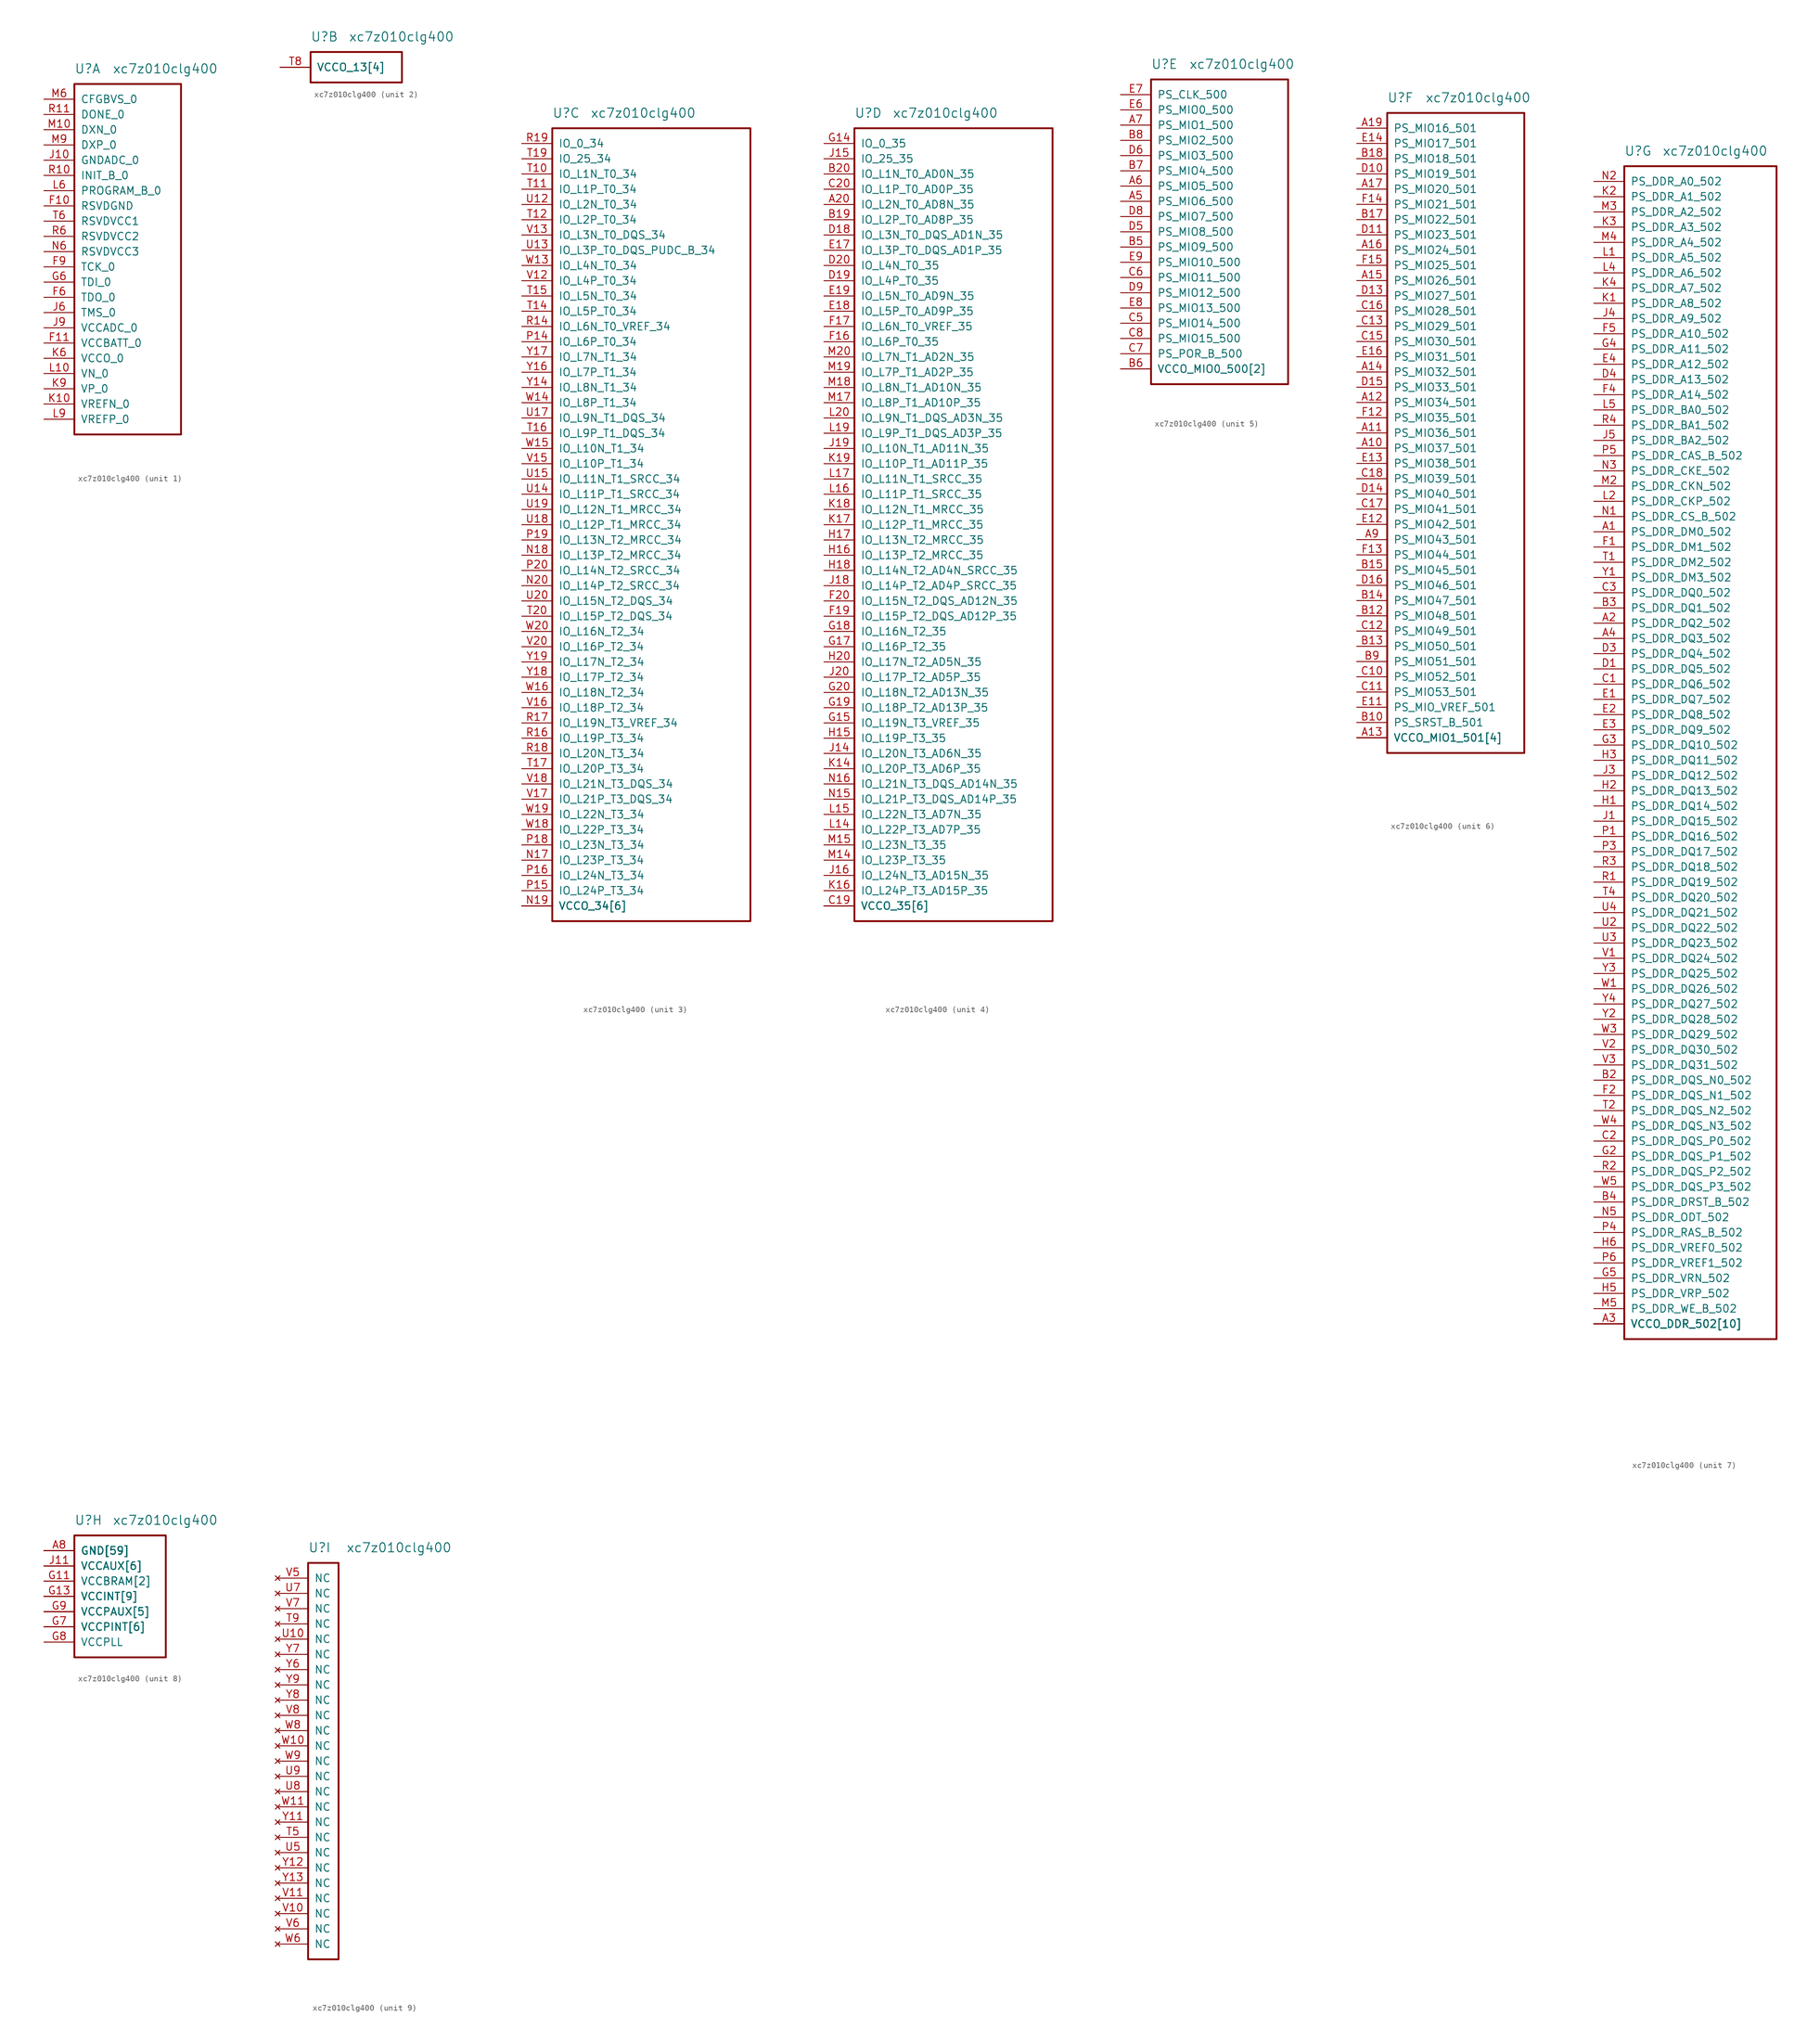
<source format=kicad_sym>
(kicad_symbol_lib
  (version 20211014)
  (generator kicad_symbol_editor)
  (symbol "xc7z010clg400"
    (pin_names
      (offset 1.016))
    (property "Reference" "U"
      (at 5.08 5.08 0)
      (effects (font (size 1.524 1.524)) (justify left)))
    (property "Value" "xc7z010clg400"
      (at 11.43 5.08 0)
      (effects (font (size 1.524 1.524)) (justify left)))
    (property "ki_locked" ""
      (at 0 0 0)
      (effects (font (size 1.27 1.27))))
    (symbol "xc7z010clg400_1_1"
      (rectangle (start 5.08 2.54) (end 22.86 -55.88) (stroke (width 0.305) (type default) (color 0 0 0 0)) (fill (type none)))
      (pin power_in line (at 0 -17.78 0) (length 5.08) (name "RSVDGND" (effects (font (size 1.27 1.27)))) (number "F10" (effects (font (size 1.27 1.27)))))
      (pin power_in line (at 0 -40.64 0) (length 5.08) (name "VCCBATT_0" (effects (font (size 1.27 1.27)))) (number "F11" (effects (font (size 1.27 1.27)))))
      (pin output line (at 0 -33.02 0) (length 5.08) (name "TDO_0" (effects (font (size 1.27 1.27)))) (number "F6" (effects (font (size 1.27 1.27)))))
      (pin input line (at 0 -27.94 0) (length 5.08) (name "TCK_0" (effects (font (size 1.27 1.27)))) (number "F9" (effects (font (size 1.27 1.27)))))
      (pin input line (at 0 -30.48 0) (length 5.08) (name "TDI_0" (effects (font (size 1.27 1.27)))) (number "G6" (effects (font (size 1.27 1.27)))))
      (pin power_in line (at 0 -10.16 0) (length 5.08) (name "GNDADC_0" (effects (font (size 1.27 1.27)))) (number "J10" (effects (font (size 1.27 1.27)))))
      (pin input line (at 0 -35.56 0) (length 5.08) (name "TMS_0" (effects (font (size 1.27 1.27)))) (number "J6" (effects (font (size 1.27 1.27)))))
      (pin power_in line (at 0 -38.1 0) (length 5.08) (name "VCCADC_0" (effects (font (size 1.27 1.27)))) (number "J9" (effects (font (size 1.27 1.27)))))
      (pin input line (at 0 -50.8 0) (length 5.08) (name "VREFN_0" (effects (font (size 1.27 1.27)))) (number "K10" (effects (font (size 1.27 1.27)))))
      (pin power_in line (at 0 -43.18 0) (length 5.08) (name "VCCO_0" (effects (font (size 1.27 1.27)))) (number "K6" (effects (font (size 1.27 1.27)))))
      (pin input line (at 0 -48.26 0) (length 5.08) (name "VP_0" (effects (font (size 1.27 1.27)))) (number "K9" (effects (font (size 1.27 1.27)))))
      (pin input line (at 0 -45.72 0) (length 5.08) (name "VN_0" (effects (font (size 1.27 1.27)))) (number "L10" (effects (font (size 1.27 1.27)))))
      (pin input line (at 0 -15.24 0) (length 5.08) (name "PROGRAM_B_0" (effects (font (size 1.27 1.27)))) (number "L6" (effects (font (size 1.27 1.27)))))
      (pin input line (at 0 -53.34 0) (length 5.08) (name "VREFP_0" (effects (font (size 1.27 1.27)))) (number "L9" (effects (font (size 1.27 1.27)))))
      (pin passive line (at 0 -5.08 0) (length 5.08) (name "DXN_0" (effects (font (size 1.27 1.27)))) (number "M10" (effects (font (size 1.27 1.27)))))
      (pin input line (at 0 0 0) (length 5.08) (name "CFGBVS_0" (effects (font (size 1.27 1.27)))) (number "M6" (effects (font (size 1.27 1.27)))))
      (pin passive line (at 0 -7.62 0) (length 5.08) (name "DXP_0" (effects (font (size 1.27 1.27)))) (number "M9" (effects (font (size 1.27 1.27)))))
      (pin power_in line (at 0 -25.4 0) (length 5.08) (name "RSVDVCC3" (effects (font (size 1.27 1.27)))) (number "N6" (effects (font (size 1.27 1.27)))))
      (pin input line (at 0 -12.7 0) (length 5.08) (name "INIT_B_0" (effects (font (size 1.27 1.27)))) (number "R10" (effects (font (size 1.27 1.27)))))
      (pin output line (at 0 -2.54 0) (length 5.08) (name "DONE_0" (effects (font (size 1.27 1.27)))) (number "R11" (effects (font (size 1.27 1.27)))))
      (pin power_in line (at 0 -22.86 0) (length 5.08) (name "RSVDVCC2" (effects (font (size 1.27 1.27)))) (number "R6" (effects (font (size 1.27 1.27)))))
      (pin power_in line (at 0 -20.32 0) (length 5.08) (name "RSVDVCC1" (effects (font (size 1.27 1.27)))) (number "T6" (effects (font (size 1.27 1.27))))))
    (symbol "xc7z010clg400_2_1"
      (rectangle (start 5.08 2.54) (end 20.32 -2.54) (stroke (width 0.305) (type default) (color 0 0 0 0)) (fill (type none)))
      (pin power_in line (at 0 0 0) (length 5.08) (name "VCCO_13[4]" (effects (font (size 1.27 1.27)))) (number "T8" (effects (font (size 1.27 1.27)))))
      (pin power_in line (at 0 0 0) (length 5.08) (name "VCCO_13[4]" (effects (font (size 1.27 1.27)))) (number "U11" (effects (font (size 0 0)))))
      (pin power_in line (at 0 0 0) (length 5.08) (name "VCCO_13[4]" (effects (font (size 1.27 1.27)))) (number "W7" (effects (font (size 0 0)))))
      (pin power_in line (at 0 0 0) (length 5.08) (name "VCCO_13[4]" (effects (font (size 1.27 1.27)))) (number "Y10" (effects (font (size 0 0))))))
    (symbol "xc7z010clg400_3_1"
      (rectangle (start 5.08 2.54) (end 38.1 -129.54) (stroke (width 0.305) (type default) (color 0 0 0 0)) (fill (type none)))
      (pin bidirectional line (at 0 -119.38 0) (length 5.08) (name "IO_L23P_T3_34" (effects (font (size 1.27 1.27)))) (number "N17" (effects (font (size 1.27 1.27)))))
      (pin bidirectional line (at 0 -68.58 0) (length 5.08) (name "IO_L13P_T2_MRCC_34" (effects (font (size 1.27 1.27)))) (number "N18" (effects (font (size 1.27 1.27)))))
      (pin power_in line (at 0 -127 0) (length 5.08) (name "VCCO_34[6]" (effects (font (size 1.27 1.27)))) (number "N19" (effects (font (size 1.27 1.27)))))
      (pin bidirectional line (at 0 -73.66 0) (length 5.08) (name "IO_L14P_T2_SRCC_34" (effects (font (size 1.27 1.27)))) (number "N20" (effects (font (size 1.27 1.27)))))
      (pin bidirectional line (at 0 -33.02 0) (length 5.08) (name "IO_L6P_T0_34" (effects (font (size 1.27 1.27)))) (number "P14" (effects (font (size 1.27 1.27)))))
      (pin bidirectional line (at 0 -124.46 0) (length 5.08) (name "IO_L24P_T3_34" (effects (font (size 1.27 1.27)))) (number "P15" (effects (font (size 1.27 1.27)))))
      (pin bidirectional line (at 0 -121.92 0) (length 5.08) (name "IO_L24N_T3_34" (effects (font (size 1.27 1.27)))) (number "P16" (effects (font (size 1.27 1.27)))))
      (pin bidirectional line (at 0 -116.84 0) (length 5.08) (name "IO_L23N_T3_34" (effects (font (size 1.27 1.27)))) (number "P18" (effects (font (size 1.27 1.27)))))
      (pin bidirectional line (at 0 -66.04 0) (length 5.08) (name "IO_L13N_T2_MRCC_34" (effects (font (size 1.27 1.27)))) (number "P19" (effects (font (size 1.27 1.27)))))
      (pin bidirectional line (at 0 -71.12 0) (length 5.08) (name "IO_L14N_T2_SRCC_34" (effects (font (size 1.27 1.27)))) (number "P20" (effects (font (size 1.27 1.27)))))
      (pin bidirectional line (at 0 -30.48 0) (length 5.08) (name "IO_L6N_T0_VREF_34" (effects (font (size 1.27 1.27)))) (number "R14" (effects (font (size 1.27 1.27)))))
      (pin power_in line (at 0 -127 0) (length 5.08) (name "VCCO_34[6]" (effects (font (size 1.27 1.27)))) (number "R15" (effects (font (size 0 0)))))
      (pin bidirectional line (at 0 -99.06 0) (length 5.08) (name "IO_L19P_T3_34" (effects (font (size 1.27 1.27)))) (number "R16" (effects (font (size 1.27 1.27)))))
      (pin bidirectional line (at 0 -96.52 0) (length 5.08) (name "IO_L19N_T3_VREF_34" (effects (font (size 1.27 1.27)))) (number "R17" (effects (font (size 1.27 1.27)))))
      (pin bidirectional line (at 0 -101.6 0) (length 5.08) (name "IO_L20N_T3_34" (effects (font (size 1.27 1.27)))) (number "R18" (effects (font (size 1.27 1.27)))))
      (pin bidirectional line (at 0 0 0) (length 5.08) (name "IO_0_34" (effects (font (size 1.27 1.27)))) (number "R19" (effects (font (size 1.27 1.27)))))
      (pin bidirectional line (at 0 -5.08 0) (length 5.08) (name "IO_L1N_T0_34" (effects (font (size 1.27 1.27)))) (number "T10" (effects (font (size 1.27 1.27)))))
      (pin bidirectional line (at 0 -7.62 0) (length 5.08) (name "IO_L1P_T0_34" (effects (font (size 1.27 1.27)))) (number "T11" (effects (font (size 1.27 1.27)))))
      (pin bidirectional line (at 0 -12.7 0) (length 5.08) (name "IO_L2P_T0_34" (effects (font (size 1.27 1.27)))) (number "T12" (effects (font (size 1.27 1.27)))))
      (pin bidirectional line (at 0 -27.94 0) (length 5.08) (name "IO_L5P_T0_34" (effects (font (size 1.27 1.27)))) (number "T14" (effects (font (size 1.27 1.27)))))
      (pin bidirectional line (at 0 -25.4 0) (length 5.08) (name "IO_L5N_T0_34" (effects (font (size 1.27 1.27)))) (number "T15" (effects (font (size 1.27 1.27)))))
      (pin bidirectional line (at 0 -48.26 0) (length 5.08) (name "IO_L9P_T1_DQS_34" (effects (font (size 1.27 1.27)))) (number "T16" (effects (font (size 1.27 1.27)))))
      (pin bidirectional line (at 0 -104.14 0) (length 5.08) (name "IO_L20P_T3_34" (effects (font (size 1.27 1.27)))) (number "T17" (effects (font (size 1.27 1.27)))))
      (pin power_in line (at 0 -127 0) (length 5.08) (name "VCCO_34[6]" (effects (font (size 1.27 1.27)))) (number "T18" (effects (font (size 0 0)))))
      (pin bidirectional line (at 0 -2.54 0) (length 5.08) (name "IO_25_34" (effects (font (size 1.27 1.27)))) (number "T19" (effects (font (size 1.27 1.27)))))
      (pin bidirectional line (at 0 -78.74 0) (length 5.08) (name "IO_L15P_T2_DQS_34" (effects (font (size 1.27 1.27)))) (number "T20" (effects (font (size 1.27 1.27)))))
      (pin bidirectional line (at 0 -10.16 0) (length 5.08) (name "IO_L2N_T0_34" (effects (font (size 1.27 1.27)))) (number "U12" (effects (font (size 1.27 1.27)))))
      (pin bidirectional line (at 0 -17.78 0) (length 5.08) (name "IO_L3P_T0_DQS_PUDC_B_34" (effects (font (size 1.27 1.27)))) (number "U13" (effects (font (size 1.27 1.27)))))
      (pin bidirectional line (at 0 -58.42 0) (length 5.08) (name "IO_L11P_T1_SRCC_34" (effects (font (size 1.27 1.27)))) (number "U14" (effects (font (size 1.27 1.27)))))
      (pin bidirectional line (at 0 -55.88 0) (length 5.08) (name "IO_L11N_T1_SRCC_34" (effects (font (size 1.27 1.27)))) (number "U15" (effects (font (size 1.27 1.27)))))
      (pin bidirectional line (at 0 -45.72 0) (length 5.08) (name "IO_L9N_T1_DQS_34" (effects (font (size 1.27 1.27)))) (number "U17" (effects (font (size 1.27 1.27)))))
      (pin bidirectional line (at 0 -63.5 0) (length 5.08) (name "IO_L12P_T1_MRCC_34" (effects (font (size 1.27 1.27)))) (number "U18" (effects (font (size 1.27 1.27)))))
      (pin bidirectional line (at 0 -60.96 0) (length 5.08) (name "IO_L12N_T1_MRCC_34" (effects (font (size 1.27 1.27)))) (number "U19" (effects (font (size 1.27 1.27)))))
      (pin bidirectional line (at 0 -76.2 0) (length 5.08) (name "IO_L15N_T2_DQS_34" (effects (font (size 1.27 1.27)))) (number "U20" (effects (font (size 1.27 1.27)))))
      (pin bidirectional line (at 0 -22.86 0) (length 5.08) (name "IO_L4P_T0_34" (effects (font (size 1.27 1.27)))) (number "V12" (effects (font (size 1.27 1.27)))))
      (pin bidirectional line (at 0 -15.24 0) (length 5.08) (name "IO_L3N_T0_DQS_34" (effects (font (size 1.27 1.27)))) (number "V13" (effects (font (size 1.27 1.27)))))
      (pin power_in line (at 0 -127 0) (length 5.08) (name "VCCO_34[6]" (effects (font (size 1.27 1.27)))) (number "V14" (effects (font (size 0 0)))))
      (pin bidirectional line (at 0 -53.34 0) (length 5.08) (name "IO_L10P_T1_34" (effects (font (size 1.27 1.27)))) (number "V15" (effects (font (size 1.27 1.27)))))
      (pin bidirectional line (at 0 -93.98 0) (length 5.08) (name "IO_L18P_T2_34" (effects (font (size 1.27 1.27)))) (number "V16" (effects (font (size 1.27 1.27)))))
      (pin bidirectional line (at 0 -109.22 0) (length 5.08) (name "IO_L21P_T3_DQS_34" (effects (font (size 1.27 1.27)))) (number "V17" (effects (font (size 1.27 1.27)))))
      (pin bidirectional line (at 0 -106.68 0) (length 5.08) (name "IO_L21N_T3_DQS_34" (effects (font (size 1.27 1.27)))) (number "V18" (effects (font (size 1.27 1.27)))))
      (pin bidirectional line (at 0 -83.82 0) (length 5.08) (name "IO_L16P_T2_34" (effects (font (size 1.27 1.27)))) (number "V20" (effects (font (size 1.27 1.27)))))
      (pin bidirectional line (at 0 -20.32 0) (length 5.08) (name "IO_L4N_T0_34" (effects (font (size 1.27 1.27)))) (number "W13" (effects (font (size 1.27 1.27)))))
      (pin bidirectional line (at 0 -43.18 0) (length 5.08) (name "IO_L8P_T1_34" (effects (font (size 1.27 1.27)))) (number "W14" (effects (font (size 1.27 1.27)))))
      (pin bidirectional line (at 0 -50.8 0) (length 5.08) (name "IO_L10N_T1_34" (effects (font (size 1.27 1.27)))) (number "W15" (effects (font (size 1.27 1.27)))))
      (pin bidirectional line (at 0 -91.44 0) (length 5.08) (name "IO_L18N_T2_34" (effects (font (size 1.27 1.27)))) (number "W16" (effects (font (size 1.27 1.27)))))
      (pin power_in line (at 0 -127 0) (length 5.08) (name "VCCO_34[6]" (effects (font (size 1.27 1.27)))) (number "W17" (effects (font (size 0 0)))))
      (pin bidirectional line (at 0 -114.3 0) (length 5.08) (name "IO_L22P_T3_34" (effects (font (size 1.27 1.27)))) (number "W18" (effects (font (size 1.27 1.27)))))
      (pin bidirectional line (at 0 -111.76 0) (length 5.08) (name "IO_L22N_T3_34" (effects (font (size 1.27 1.27)))) (number "W19" (effects (font (size 1.27 1.27)))))
      (pin bidirectional line (at 0 -81.28 0) (length 5.08) (name "IO_L16N_T2_34" (effects (font (size 1.27 1.27)))) (number "W20" (effects (font (size 1.27 1.27)))))
      (pin bidirectional line (at 0 -40.64 0) (length 5.08) (name "IO_L8N_T1_34" (effects (font (size 1.27 1.27)))) (number "Y14" (effects (font (size 1.27 1.27)))))
      (pin bidirectional line (at 0 -38.1 0) (length 5.08) (name "IO_L7P_T1_34" (effects (font (size 1.27 1.27)))) (number "Y16" (effects (font (size 1.27 1.27)))))
      (pin bidirectional line (at 0 -35.56 0) (length 5.08) (name "IO_L7N_T1_34" (effects (font (size 1.27 1.27)))) (number "Y17" (effects (font (size 1.27 1.27)))))
      (pin bidirectional line (at 0 -88.9 0) (length 5.08) (name "IO_L17P_T2_34" (effects (font (size 1.27 1.27)))) (number "Y18" (effects (font (size 1.27 1.27)))))
      (pin bidirectional line (at 0 -86.36 0) (length 5.08) (name "IO_L17N_T2_34" (effects (font (size 1.27 1.27)))) (number "Y19" (effects (font (size 1.27 1.27)))))
      (pin power_in line (at 0 -127 0) (length 5.08) (name "VCCO_34[6]" (effects (font (size 1.27 1.27)))) (number "Y20" (effects (font (size 0 0))))))
    (symbol "xc7z010clg400_4_1"
      (rectangle (start 5.08 2.54) (end 38.1 -129.54) (stroke (width 0.305) (type default) (color 0 0 0 0)) (fill (type none)))
      (pin bidirectional line (at 0 -10.16 0) (length 5.08) (name "IO_L2N_T0_AD8N_35" (effects (font (size 1.27 1.27)))) (number "A20" (effects (font (size 1.27 1.27)))))
      (pin bidirectional line (at 0 -12.7 0) (length 5.08) (name "IO_L2P_T0_AD8P_35" (effects (font (size 1.27 1.27)))) (number "B19" (effects (font (size 1.27 1.27)))))
      (pin bidirectional line (at 0 -5.08 0) (length 5.08) (name "IO_L1N_T0_AD0N_35" (effects (font (size 1.27 1.27)))) (number "B20" (effects (font (size 1.27 1.27)))))
      (pin power_in line (at 0 -127 0) (length 5.08) (name "VCCO_35[6]" (effects (font (size 1.27 1.27)))) (number "C19" (effects (font (size 1.27 1.27)))))
      (pin bidirectional line (at 0 -7.62 0) (length 5.08) (name "IO_L1P_T0_AD0P_35" (effects (font (size 1.27 1.27)))) (number "C20" (effects (font (size 1.27 1.27)))))
      (pin bidirectional line (at 0 -15.24 0) (length 5.08) (name "IO_L3N_T0_DQS_AD1N_35" (effects (font (size 1.27 1.27)))) (number "D18" (effects (font (size 1.27 1.27)))))
      (pin bidirectional line (at 0 -22.86 0) (length 5.08) (name "IO_L4P_T0_35" (effects (font (size 1.27 1.27)))) (number "D19" (effects (font (size 1.27 1.27)))))
      (pin bidirectional line (at 0 -20.32 0) (length 5.08) (name "IO_L4N_T0_35" (effects (font (size 1.27 1.27)))) (number "D20" (effects (font (size 1.27 1.27)))))
      (pin bidirectional line (at 0 -17.78 0) (length 5.08) (name "IO_L3P_T0_DQS_AD1P_35" (effects (font (size 1.27 1.27)))) (number "E17" (effects (font (size 1.27 1.27)))))
      (pin bidirectional line (at 0 -27.94 0) (length 5.08) (name "IO_L5P_T0_AD9P_35" (effects (font (size 1.27 1.27)))) (number "E18" (effects (font (size 1.27 1.27)))))
      (pin bidirectional line (at 0 -25.4 0) (length 5.08) (name "IO_L5N_T0_AD9N_35" (effects (font (size 1.27 1.27)))) (number "E19" (effects (font (size 1.27 1.27)))))
      (pin bidirectional line (at 0 -33.02 0) (length 5.08) (name "IO_L6P_T0_35" (effects (font (size 1.27 1.27)))) (number "F16" (effects (font (size 1.27 1.27)))))
      (pin bidirectional line (at 0 -30.48 0) (length 5.08) (name "IO_L6N_T0_VREF_35" (effects (font (size 1.27 1.27)))) (number "F17" (effects (font (size 1.27 1.27)))))
      (pin power_in line (at 0 -127 0) (length 5.08) (name "VCCO_35[6]" (effects (font (size 1.27 1.27)))) (number "F18" (effects (font (size 0 0)))))
      (pin bidirectional line (at 0 -78.74 0) (length 5.08) (name "IO_L15P_T2_DQS_AD12P_35" (effects (font (size 1.27 1.27)))) (number "F19" (effects (font (size 1.27 1.27)))))
      (pin bidirectional line (at 0 -76.2 0) (length 5.08) (name "IO_L15N_T2_DQS_AD12N_35" (effects (font (size 1.27 1.27)))) (number "F20" (effects (font (size 1.27 1.27)))))
      (pin bidirectional line (at 0 0 0) (length 5.08) (name "IO_0_35" (effects (font (size 1.27 1.27)))) (number "G14" (effects (font (size 1.27 1.27)))))
      (pin bidirectional line (at 0 -96.52 0) (length 5.08) (name "IO_L19N_T3_VREF_35" (effects (font (size 1.27 1.27)))) (number "G15" (effects (font (size 1.27 1.27)))))
      (pin bidirectional line (at 0 -83.82 0) (length 5.08) (name "IO_L16P_T2_35" (effects (font (size 1.27 1.27)))) (number "G17" (effects (font (size 1.27 1.27)))))
      (pin bidirectional line (at 0 -81.28 0) (length 5.08) (name "IO_L16N_T2_35" (effects (font (size 1.27 1.27)))) (number "G18" (effects (font (size 1.27 1.27)))))
      (pin bidirectional line (at 0 -93.98 0) (length 5.08) (name "IO_L18P_T2_AD13P_35" (effects (font (size 1.27 1.27)))) (number "G19" (effects (font (size 1.27 1.27)))))
      (pin bidirectional line (at 0 -91.44 0) (length 5.08) (name "IO_L18N_T2_AD13N_35" (effects (font (size 1.27 1.27)))) (number "G20" (effects (font (size 1.27 1.27)))))
      (pin power_in line (at 0 -127 0) (length 5.08) (name "VCCO_35[6]" (effects (font (size 1.27 1.27)))) (number "H14" (effects (font (size 0 0)))))
      (pin bidirectional line (at 0 -99.06 0) (length 5.08) (name "IO_L19P_T3_35" (effects (font (size 1.27 1.27)))) (number "H15" (effects (font (size 1.27 1.27)))))
      (pin bidirectional line (at 0 -68.58 0) (length 5.08) (name "IO_L13P_T2_MRCC_35" (effects (font (size 1.27 1.27)))) (number "H16" (effects (font (size 1.27 1.27)))))
      (pin bidirectional line (at 0 -66.04 0) (length 5.08) (name "IO_L13N_T2_MRCC_35" (effects (font (size 1.27 1.27)))) (number "H17" (effects (font (size 1.27 1.27)))))
      (pin bidirectional line (at 0 -71.12 0) (length 5.08) (name "IO_L14N_T2_AD4N_SRCC_35" (effects (font (size 1.27 1.27)))) (number "H18" (effects (font (size 1.27 1.27)))))
      (pin bidirectional line (at 0 -86.36 0) (length 5.08) (name "IO_L17N_T2_AD5N_35" (effects (font (size 1.27 1.27)))) (number "H20" (effects (font (size 1.27 1.27)))))
      (pin bidirectional line (at 0 -101.6 0) (length 5.08) (name "IO_L20N_T3_AD6N_35" (effects (font (size 1.27 1.27)))) (number "J14" (effects (font (size 1.27 1.27)))))
      (pin bidirectional line (at 0 -2.54 0) (length 5.08) (name "IO_25_35" (effects (font (size 1.27 1.27)))) (number "J15" (effects (font (size 1.27 1.27)))))
      (pin bidirectional line (at 0 -121.92 0) (length 5.08) (name "IO_L24N_T3_AD15N_35" (effects (font (size 1.27 1.27)))) (number "J16" (effects (font (size 1.27 1.27)))))
      (pin power_in line (at 0 -127 0) (length 5.08) (name "VCCO_35[6]" (effects (font (size 1.27 1.27)))) (number "J17" (effects (font (size 0 0)))))
      (pin bidirectional line (at 0 -73.66 0) (length 5.08) (name "IO_L14P_T2_AD4P_SRCC_35" (effects (font (size 1.27 1.27)))) (number "J18" (effects (font (size 1.27 1.27)))))
      (pin bidirectional line (at 0 -50.8 0) (length 5.08) (name "IO_L10N_T1_AD11N_35" (effects (font (size 1.27 1.27)))) (number "J19" (effects (font (size 1.27 1.27)))))
      (pin bidirectional line (at 0 -88.9 0) (length 5.08) (name "IO_L17P_T2_AD5P_35" (effects (font (size 1.27 1.27)))) (number "J20" (effects (font (size 1.27 1.27)))))
      (pin bidirectional line (at 0 -104.14 0) (length 5.08) (name "IO_L20P_T3_AD6P_35" (effects (font (size 1.27 1.27)))) (number "K14" (effects (font (size 1.27 1.27)))))
      (pin bidirectional line (at 0 -124.46 0) (length 5.08) (name "IO_L24P_T3_AD15P_35" (effects (font (size 1.27 1.27)))) (number "K16" (effects (font (size 1.27 1.27)))))
      (pin bidirectional line (at 0 -63.5 0) (length 5.08) (name "IO_L12P_T1_MRCC_35" (effects (font (size 1.27 1.27)))) (number "K17" (effects (font (size 1.27 1.27)))))
      (pin bidirectional line (at 0 -60.96 0) (length 5.08) (name "IO_L12N_T1_MRCC_35" (effects (font (size 1.27 1.27)))) (number "K18" (effects (font (size 1.27 1.27)))))
      (pin bidirectional line (at 0 -53.34 0) (length 5.08) (name "IO_L10P_T1_AD11P_35" (effects (font (size 1.27 1.27)))) (number "K19" (effects (font (size 1.27 1.27)))))
      (pin power_in line (at 0 -127 0) (length 5.08) (name "VCCO_35[6]" (effects (font (size 1.27 1.27)))) (number "K20" (effects (font (size 0 0)))))
      (pin bidirectional line (at 0 -114.3 0) (length 5.08) (name "IO_L22P_T3_AD7P_35" (effects (font (size 1.27 1.27)))) (number "L14" (effects (font (size 1.27 1.27)))))
      (pin bidirectional line (at 0 -111.76 0) (length 5.08) (name "IO_L22N_T3_AD7N_35" (effects (font (size 1.27 1.27)))) (number "L15" (effects (font (size 1.27 1.27)))))
      (pin bidirectional line (at 0 -58.42 0) (length 5.08) (name "IO_L11P_T1_SRCC_35" (effects (font (size 1.27 1.27)))) (number "L16" (effects (font (size 1.27 1.27)))))
      (pin bidirectional line (at 0 -55.88 0) (length 5.08) (name "IO_L11N_T1_SRCC_35" (effects (font (size 1.27 1.27)))) (number "L17" (effects (font (size 1.27 1.27)))))
      (pin bidirectional line (at 0 -48.26 0) (length 5.08) (name "IO_L9P_T1_DQS_AD3P_35" (effects (font (size 1.27 1.27)))) (number "L19" (effects (font (size 1.27 1.27)))))
      (pin bidirectional line (at 0 -45.72 0) (length 5.08) (name "IO_L9N_T1_DQS_AD3N_35" (effects (font (size 1.27 1.27)))) (number "L20" (effects (font (size 1.27 1.27)))))
      (pin bidirectional line (at 0 -119.38 0) (length 5.08) (name "IO_L23P_T3_35" (effects (font (size 1.27 1.27)))) (number "M14" (effects (font (size 1.27 1.27)))))
      (pin bidirectional line (at 0 -116.84 0) (length 5.08) (name "IO_L23N_T3_35" (effects (font (size 1.27 1.27)))) (number "M15" (effects (font (size 1.27 1.27)))))
      (pin power_in line (at 0 -127 0) (length 5.08) (name "VCCO_35[6]" (effects (font (size 1.27 1.27)))) (number "M16" (effects (font (size 0 0)))))
      (pin bidirectional line (at 0 -43.18 0) (length 5.08) (name "IO_L8P_T1_AD10P_35" (effects (font (size 1.27 1.27)))) (number "M17" (effects (font (size 1.27 1.27)))))
      (pin bidirectional line (at 0 -40.64 0) (length 5.08) (name "IO_L8N_T1_AD10N_35" (effects (font (size 1.27 1.27)))) (number "M18" (effects (font (size 1.27 1.27)))))
      (pin bidirectional line (at 0 -38.1 0) (length 5.08) (name "IO_L7P_T1_AD2P_35" (effects (font (size 1.27 1.27)))) (number "M19" (effects (font (size 1.27 1.27)))))
      (pin bidirectional line (at 0 -35.56 0) (length 5.08) (name "IO_L7N_T1_AD2N_35" (effects (font (size 1.27 1.27)))) (number "M20" (effects (font (size 1.27 1.27)))))
      (pin bidirectional line (at 0 -109.22 0) (length 5.08) (name "IO_L21P_T3_DQS_AD14P_35" (effects (font (size 1.27 1.27)))) (number "N15" (effects (font (size 1.27 1.27)))))
      (pin bidirectional line (at 0 -106.68 0) (length 5.08) (name "IO_L21N_T3_DQS_AD14N_35" (effects (font (size 1.27 1.27)))) (number "N16" (effects (font (size 1.27 1.27))))))
    (symbol "xc7z010clg400_5_1"
      (rectangle (start 5.08 2.54) (end 27.94 -48.26) (stroke (width 0.305) (type default) (color 0 0 0 0)) (fill (type none)))
      (pin bidirectional line (at 0 -17.78 0) (length 5.08) (name "PS_MIO6_500" (effects (font (size 1.27 1.27)))) (number "A5" (effects (font (size 1.27 1.27)))))
      (pin bidirectional line (at 0 -15.24 0) (length 5.08) (name "PS_MIO5_500" (effects (font (size 1.27 1.27)))) (number "A6" (effects (font (size 1.27 1.27)))))
      (pin bidirectional line (at 0 -5.08 0) (length 5.08) (name "PS_MIO1_500" (effects (font (size 1.27 1.27)))) (number "A7" (effects (font (size 1.27 1.27)))))
      (pin bidirectional line (at 0 -25.4 0) (length 5.08) (name "PS_MIO9_500" (effects (font (size 1.27 1.27)))) (number "B5" (effects (font (size 1.27 1.27)))))
      (pin power_in line (at 0 -45.72 0) (length 5.08) (name "VCCO_MIO0_500[2]" (effects (font (size 1.27 1.27)))) (number "B6" (effects (font (size 1.27 1.27)))))
      (pin bidirectional line (at 0 -12.7 0) (length 5.08) (name "PS_MIO4_500" (effects (font (size 1.27 1.27)))) (number "B7" (effects (font (size 1.27 1.27)))))
      (pin bidirectional line (at 0 -7.62 0) (length 5.08) (name "PS_MIO2_500" (effects (font (size 1.27 1.27)))) (number "B8" (effects (font (size 1.27 1.27)))))
      (pin bidirectional line (at 0 -38.1 0) (length 5.08) (name "PS_MIO14_500" (effects (font (size 1.27 1.27)))) (number "C5" (effects (font (size 1.27 1.27)))))
      (pin bidirectional line (at 0 -30.48 0) (length 5.08) (name "PS_MIO11_500" (effects (font (size 1.27 1.27)))) (number "C6" (effects (font (size 1.27 1.27)))))
      (pin input line (at 0 -43.18 0) (length 5.08) (name "PS_POR_B_500" (effects (font (size 1.27 1.27)))) (number "C7" (effects (font (size 1.27 1.27)))))
      (pin bidirectional line (at 0 -40.64 0) (length 5.08) (name "PS_MIO15_500" (effects (font (size 1.27 1.27)))) (number "C8" (effects (font (size 1.27 1.27)))))
      (pin bidirectional line (at 0 -22.86 0) (length 5.08) (name "PS_MIO8_500" (effects (font (size 1.27 1.27)))) (number "D5" (effects (font (size 1.27 1.27)))))
      (pin bidirectional line (at 0 -10.16 0) (length 5.08) (name "PS_MIO3_500" (effects (font (size 1.27 1.27)))) (number "D6" (effects (font (size 1.27 1.27)))))
      (pin power_in line (at 0 -45.72 0) (length 5.08) (name "VCCO_MIO0_500[2]" (effects (font (size 1.27 1.27)))) (number "D7" (effects (font (size 0 0)))))
      (pin bidirectional line (at 0 -20.32 0) (length 5.08) (name "PS_MIO7_500" (effects (font (size 1.27 1.27)))) (number "D8" (effects (font (size 1.27 1.27)))))
      (pin bidirectional line (at 0 -33.02 0) (length 5.08) (name "PS_MIO12_500" (effects (font (size 1.27 1.27)))) (number "D9" (effects (font (size 1.27 1.27)))))
      (pin bidirectional line (at 0 -2.54 0) (length 5.08) (name "PS_MIO0_500" (effects (font (size 1.27 1.27)))) (number "E6" (effects (font (size 1.27 1.27)))))
      (pin input line (at 0 0 0) (length 5.08) (name "PS_CLK_500" (effects (font (size 1.27 1.27)))) (number "E7" (effects (font (size 1.27 1.27)))))
      (pin bidirectional line (at 0 -35.56 0) (length 5.08) (name "PS_MIO13_500" (effects (font (size 1.27 1.27)))) (number "E8" (effects (font (size 1.27 1.27)))))
      (pin bidirectional line (at 0 -27.94 0) (length 5.08) (name "PS_MIO10_500" (effects (font (size 1.27 1.27)))) (number "E9" (effects (font (size 1.27 1.27))))))
    (symbol "xc7z010clg400_6_1"
      (rectangle (start 5.08 2.54) (end 27.94 -104.14) (stroke (width 0.305) (type default) (color 0 0 0 0)) (fill (type none)))
      (pin bidirectional line (at 0 -53.34 0) (length 5.08) (name "PS_MIO37_501" (effects (font (size 1.27 1.27)))) (number "A10" (effects (font (size 1.27 1.27)))))
      (pin bidirectional line (at 0 -50.8 0) (length 5.08) (name "PS_MIO36_501" (effects (font (size 1.27 1.27)))) (number "A11" (effects (font (size 1.27 1.27)))))
      (pin bidirectional line (at 0 -45.72 0) (length 5.08) (name "PS_MIO34_501" (effects (font (size 1.27 1.27)))) (number "A12" (effects (font (size 1.27 1.27)))))
      (pin power_in line (at 0 -101.6 0) (length 5.08) (name "VCCO_MIO1_501[4]" (effects (font (size 1.27 1.27)))) (number "A13" (effects (font (size 1.27 1.27)))))
      (pin bidirectional line (at 0 -40.64 0) (length 5.08) (name "PS_MIO32_501" (effects (font (size 1.27 1.27)))) (number "A14" (effects (font (size 1.27 1.27)))))
      (pin bidirectional line (at 0 -25.4 0) (length 5.08) (name "PS_MIO26_501" (effects (font (size 1.27 1.27)))) (number "A15" (effects (font (size 1.27 1.27)))))
      (pin bidirectional line (at 0 -20.32 0) (length 5.08) (name "PS_MIO24_501" (effects (font (size 1.27 1.27)))) (number "A16" (effects (font (size 1.27 1.27)))))
      (pin bidirectional line (at 0 -10.16 0) (length 5.08) (name "PS_MIO20_501" (effects (font (size 1.27 1.27)))) (number "A17" (effects (font (size 1.27 1.27)))))
      (pin bidirectional line (at 0 0 0) (length 5.08) (name "PS_MIO16_501" (effects (font (size 1.27 1.27)))) (number "A19" (effects (font (size 1.27 1.27)))))
      (pin bidirectional line (at 0 -68.58 0) (length 5.08) (name "PS_MIO43_501" (effects (font (size 1.27 1.27)))) (number "A9" (effects (font (size 1.27 1.27)))))
      (pin input line (at 0 -99.06 0) (length 5.08) (name "PS_SRST_B_501" (effects (font (size 1.27 1.27)))) (number "B10" (effects (font (size 1.27 1.27)))))
      (pin bidirectional line (at 0 -81.28 0) (length 5.08) (name "PS_MIO48_501" (effects (font (size 1.27 1.27)))) (number "B12" (effects (font (size 1.27 1.27)))))
      (pin bidirectional line (at 0 -86.36 0) (length 5.08) (name "PS_MIO50_501" (effects (font (size 1.27 1.27)))) (number "B13" (effects (font (size 1.27 1.27)))))
      (pin bidirectional line (at 0 -78.74 0) (length 5.08) (name "PS_MIO47_501" (effects (font (size 1.27 1.27)))) (number "B14" (effects (font (size 1.27 1.27)))))
      (pin bidirectional line (at 0 -73.66 0) (length 5.08) (name "PS_MIO45_501" (effects (font (size 1.27 1.27)))) (number "B15" (effects (font (size 1.27 1.27)))))
      (pin power_in line (at 0 -101.6 0) (length 5.08) (name "VCCO_MIO1_501[4]" (effects (font (size 1.27 1.27)))) (number "B16" (effects (font (size 0 0)))))
      (pin bidirectional line (at 0 -15.24 0) (length 5.08) (name "PS_MIO22_501" (effects (font (size 1.27 1.27)))) (number "B17" (effects (font (size 1.27 1.27)))))
      (pin bidirectional line (at 0 -5.08 0) (length 5.08) (name "PS_MIO18_501" (effects (font (size 1.27 1.27)))) (number "B18" (effects (font (size 1.27 1.27)))))
      (pin bidirectional line (at 0 -88.9 0) (length 5.08) (name "PS_MIO51_501" (effects (font (size 1.27 1.27)))) (number "B9" (effects (font (size 1.27 1.27)))))
      (pin bidirectional line (at 0 -91.44 0) (length 5.08) (name "PS_MIO52_501" (effects (font (size 1.27 1.27)))) (number "C10" (effects (font (size 1.27 1.27)))))
      (pin bidirectional line (at 0 -93.98 0) (length 5.08) (name "PS_MIO53_501" (effects (font (size 1.27 1.27)))) (number "C11" (effects (font (size 1.27 1.27)))))
      (pin bidirectional line (at 0 -83.82 0) (length 5.08) (name "PS_MIO49_501" (effects (font (size 1.27 1.27)))) (number "C12" (effects (font (size 1.27 1.27)))))
      (pin bidirectional line (at 0 -33.02 0) (length 5.08) (name "PS_MIO29_501" (effects (font (size 1.27 1.27)))) (number "C13" (effects (font (size 1.27 1.27)))))
      (pin bidirectional line (at 0 -35.56 0) (length 5.08) (name "PS_MIO30_501" (effects (font (size 1.27 1.27)))) (number "C15" (effects (font (size 1.27 1.27)))))
      (pin bidirectional line (at 0 -30.48 0) (length 5.08) (name "PS_MIO28_501" (effects (font (size 1.27 1.27)))) (number "C16" (effects (font (size 1.27 1.27)))))
      (pin bidirectional line (at 0 -63.5 0) (length 5.08) (name "PS_MIO41_501" (effects (font (size 1.27 1.27)))) (number "C17" (effects (font (size 1.27 1.27)))))
      (pin bidirectional line (at 0 -58.42 0) (length 5.08) (name "PS_MIO39_501" (effects (font (size 1.27 1.27)))) (number "C18" (effects (font (size 1.27 1.27)))))
      (pin bidirectional line (at 0 -7.62 0) (length 5.08) (name "PS_MIO19_501" (effects (font (size 1.27 1.27)))) (number "D10" (effects (font (size 1.27 1.27)))))
      (pin bidirectional line (at 0 -17.78 0) (length 5.08) (name "PS_MIO23_501" (effects (font (size 1.27 1.27)))) (number "D11" (effects (font (size 1.27 1.27)))))
      (pin power_in line (at 0 -101.6 0) (length 5.08) (name "VCCO_MIO1_501[4]" (effects (font (size 1.27 1.27)))) (number "D12" (effects (font (size 0 0)))))
      (pin bidirectional line (at 0 -27.94 0) (length 5.08) (name "PS_MIO27_501" (effects (font (size 1.27 1.27)))) (number "D13" (effects (font (size 1.27 1.27)))))
      (pin bidirectional line (at 0 -60.96 0) (length 5.08) (name "PS_MIO40_501" (effects (font (size 1.27 1.27)))) (number "D14" (effects (font (size 1.27 1.27)))))
      (pin bidirectional line (at 0 -43.18 0) (length 5.08) (name "PS_MIO33_501" (effects (font (size 1.27 1.27)))) (number "D15" (effects (font (size 1.27 1.27)))))
      (pin bidirectional line (at 0 -76.2 0) (length 5.08) (name "PS_MIO46_501" (effects (font (size 1.27 1.27)))) (number "D16" (effects (font (size 1.27 1.27)))))
      (pin power_in line (at 0 -96.52 0) (length 5.08) (name "PS_MIO_VREF_501" (effects (font (size 1.27 1.27)))) (number "E11" (effects (font (size 1.27 1.27)))))
      (pin bidirectional line (at 0 -66.04 0) (length 5.08) (name "PS_MIO42_501" (effects (font (size 1.27 1.27)))) (number "E12" (effects (font (size 1.27 1.27)))))
      (pin bidirectional line (at 0 -55.88 0) (length 5.08) (name "PS_MIO38_501" (effects (font (size 1.27 1.27)))) (number "E13" (effects (font (size 1.27 1.27)))))
      (pin bidirectional line (at 0 -2.54 0) (length 5.08) (name "PS_MIO17_501" (effects (font (size 1.27 1.27)))) (number "E14" (effects (font (size 1.27 1.27)))))
      (pin power_in line (at 0 -101.6 0) (length 5.08) (name "VCCO_MIO1_501[4]" (effects (font (size 1.27 1.27)))) (number "E15" (effects (font (size 0 0)))))
      (pin bidirectional line (at 0 -38.1 0) (length 5.08) (name "PS_MIO31_501" (effects (font (size 1.27 1.27)))) (number "E16" (effects (font (size 1.27 1.27)))))
      (pin bidirectional line (at 0 -48.26 0) (length 5.08) (name "PS_MIO35_501" (effects (font (size 1.27 1.27)))) (number "F12" (effects (font (size 1.27 1.27)))))
      (pin bidirectional line (at 0 -71.12 0) (length 5.08) (name "PS_MIO44_501" (effects (font (size 1.27 1.27)))) (number "F13" (effects (font (size 1.27 1.27)))))
      (pin bidirectional line (at 0 -12.7 0) (length 5.08) (name "PS_MIO21_501" (effects (font (size 1.27 1.27)))) (number "F14" (effects (font (size 1.27 1.27)))))
      (pin bidirectional line (at 0 -22.86 0) (length 5.08) (name "PS_MIO25_501" (effects (font (size 1.27 1.27)))) (number "F15" (effects (font (size 1.27 1.27))))))
    (symbol "xc7z010clg400_7_1"
      (rectangle (start 5.08 2.54) (end 30.48 -193.04) (stroke (width 0.305) (type default) (color 0 0 0 0)) (fill (type none)))
      (pin output line (at 0 -58.42 0) (length 5.08) (name "PS_DDR_DM0_502" (effects (font (size 1.27 1.27)))) (number "A1" (effects (font (size 1.27 1.27)))))
      (pin bidirectional line (at 0 -73.66 0) (length 5.08) (name "PS_DDR_DQ2_502" (effects (font (size 1.27 1.27)))) (number "A2" (effects (font (size 1.27 1.27)))))
      (pin power_in line (at 0 -190.5 0) (length 5.08) (name "VCCO_DDR_502[10]" (effects (font (size 1.27 1.27)))) (number "A3" (effects (font (size 1.27 1.27)))))
      (pin bidirectional line (at 0 -76.2 0) (length 5.08) (name "PS_DDR_DQ3_502" (effects (font (size 1.27 1.27)))) (number "A4" (effects (font (size 1.27 1.27)))))
      (pin bidirectional line (at 0 -149.86 0) (length 5.08) (name "PS_DDR_DQS_N0_502" (effects (font (size 1.27 1.27)))) (number "B2" (effects (font (size 1.27 1.27)))))
      (pin bidirectional line (at 0 -71.12 0) (length 5.08) (name "PS_DDR_DQ1_502" (effects (font (size 1.27 1.27)))) (number "B3" (effects (font (size 1.27 1.27)))))
      (pin output line (at 0 -170.18 0) (length 5.08) (name "PS_DDR_DRST_B_502" (effects (font (size 1.27 1.27)))) (number "B4" (effects (font (size 1.27 1.27)))))
      (pin bidirectional line (at 0 -83.82 0) (length 5.08) (name "PS_DDR_DQ6_502" (effects (font (size 1.27 1.27)))) (number "C1" (effects (font (size 1.27 1.27)))))
      (pin bidirectional line (at 0 -160.02 0) (length 5.08) (name "PS_DDR_DQS_P0_502" (effects (font (size 1.27 1.27)))) (number "C2" (effects (font (size 1.27 1.27)))))
      (pin bidirectional line (at 0 -68.58 0) (length 5.08) (name "PS_DDR_DQ0_502" (effects (font (size 1.27 1.27)))) (number "C3" (effects (font (size 1.27 1.27)))))
      (pin bidirectional line (at 0 -81.28 0) (length 5.08) (name "PS_DDR_DQ5_502" (effects (font (size 1.27 1.27)))) (number "D1" (effects (font (size 1.27 1.27)))))
      (pin power_in line (at 0 -190.5 0) (length 5.08) (name "VCCO_DDR_502[10]" (effects (font (size 1.27 1.27)))) (number "D2" (effects (font (size 0 0)))))
      (pin bidirectional line (at 0 -78.74 0) (length 5.08) (name "PS_DDR_DQ4_502" (effects (font (size 1.27 1.27)))) (number "D3" (effects (font (size 1.27 1.27)))))
      (pin output line (at 0 -33.02 0) (length 5.08) (name "PS_DDR_A13_502" (effects (font (size 1.27 1.27)))) (number "D4" (effects (font (size 1.27 1.27)))))
      (pin bidirectional line (at 0 -86.36 0) (length 5.08) (name "PS_DDR_DQ7_502" (effects (font (size 1.27 1.27)))) (number "E1" (effects (font (size 1.27 1.27)))))
      (pin bidirectional line (at 0 -88.9 0) (length 5.08) (name "PS_DDR_DQ8_502" (effects (font (size 1.27 1.27)))) (number "E2" (effects (font (size 1.27 1.27)))))
      (pin bidirectional line (at 0 -91.44 0) (length 5.08) (name "PS_DDR_DQ9_502" (effects (font (size 1.27 1.27)))) (number "E3" (effects (font (size 1.27 1.27)))))
      (pin output line (at 0 -30.48 0) (length 5.08) (name "PS_DDR_A12_502" (effects (font (size 1.27 1.27)))) (number "E4" (effects (font (size 1.27 1.27)))))
      (pin power_in line (at 0 -190.5 0) (length 5.08) (name "VCCO_DDR_502[10]" (effects (font (size 1.27 1.27)))) (number "E5" (effects (font (size 0 0)))))
      (pin output line (at 0 -60.96 0) (length 5.08) (name "PS_DDR_DM1_502" (effects (font (size 1.27 1.27)))) (number "F1" (effects (font (size 1.27 1.27)))))
      (pin bidirectional line (at 0 -152.4 0) (length 5.08) (name "PS_DDR_DQS_N1_502" (effects (font (size 1.27 1.27)))) (number "F2" (effects (font (size 1.27 1.27)))))
      (pin output line (at 0 -35.56 0) (length 5.08) (name "PS_DDR_A14_502" (effects (font (size 1.27 1.27)))) (number "F4" (effects (font (size 1.27 1.27)))))
      (pin output line (at 0 -25.4 0) (length 5.08) (name "PS_DDR_A10_502" (effects (font (size 1.27 1.27)))) (number "F5" (effects (font (size 1.27 1.27)))))
      (pin power_in line (at 0 -190.5 0) (length 5.08) (name "VCCO_DDR_502[10]" (effects (font (size 1.27 1.27)))) (number "G1" (effects (font (size 0 0)))))
      (pin bidirectional line (at 0 -162.56 0) (length 5.08) (name "PS_DDR_DQS_P1_502" (effects (font (size 1.27 1.27)))) (number "G2" (effects (font (size 1.27 1.27)))))
      (pin bidirectional line (at 0 -93.98 0) (length 5.08) (name "PS_DDR_DQ10_502" (effects (font (size 1.27 1.27)))) (number "G3" (effects (font (size 1.27 1.27)))))
      (pin output line (at 0 -27.94 0) (length 5.08) (name "PS_DDR_A11_502" (effects (font (size 1.27 1.27)))) (number "G4" (effects (font (size 1.27 1.27)))))
      (pin power_out line (at 0 -182.88 0) (length 5.08) (name "PS_DDR_VRN_502" (effects (font (size 1.27 1.27)))) (number "G5" (effects (font (size 1.27 1.27)))))
      (pin bidirectional line (at 0 -104.14 0) (length 5.08) (name "PS_DDR_DQ14_502" (effects (font (size 1.27 1.27)))) (number "H1" (effects (font (size 1.27 1.27)))))
      (pin bidirectional line (at 0 -101.6 0) (length 5.08) (name "PS_DDR_DQ13_502" (effects (font (size 1.27 1.27)))) (number "H2" (effects (font (size 1.27 1.27)))))
      (pin bidirectional line (at 0 -96.52 0) (length 5.08) (name "PS_DDR_DQ11_502" (effects (font (size 1.27 1.27)))) (number "H3" (effects (font (size 1.27 1.27)))))
      (pin power_in line (at 0 -190.5 0) (length 5.08) (name "VCCO_DDR_502[10]" (effects (font (size 1.27 1.27)))) (number "H4" (effects (font (size 0 0)))))
      (pin power_out line (at 0 -185.42 0) (length 5.08) (name "PS_DDR_VRP_502" (effects (font (size 1.27 1.27)))) (number "H5" (effects (font (size 1.27 1.27)))))
      (pin power_in line (at 0 -177.8 0) (length 5.08) (name "PS_DDR_VREF0_502" (effects (font (size 1.27 1.27)))) (number "H6" (effects (font (size 1.27 1.27)))))
      (pin bidirectional line (at 0 -106.68 0) (length 5.08) (name "PS_DDR_DQ15_502" (effects (font (size 1.27 1.27)))) (number "J1" (effects (font (size 1.27 1.27)))))
      (pin bidirectional line (at 0 -99.06 0) (length 5.08) (name "PS_DDR_DQ12_502" (effects (font (size 1.27 1.27)))) (number "J3" (effects (font (size 1.27 1.27)))))
      (pin output line (at 0 -22.86 0) (length 5.08) (name "PS_DDR_A9_502" (effects (font (size 1.27 1.27)))) (number "J4" (effects (font (size 1.27 1.27)))))
      (pin output line (at 0 -43.18 0) (length 5.08) (name "PS_DDR_BA2_502" (effects (font (size 1.27 1.27)))) (number "J5" (effects (font (size 1.27 1.27)))))
      (pin output line (at 0 -20.32 0) (length 5.08) (name "PS_DDR_A8_502" (effects (font (size 1.27 1.27)))) (number "K1" (effects (font (size 1.27 1.27)))))
      (pin output line (at 0 -2.54 0) (length 5.08) (name "PS_DDR_A1_502" (effects (font (size 1.27 1.27)))) (number "K2" (effects (font (size 1.27 1.27)))))
      (pin output line (at 0 -7.62 0) (length 5.08) (name "PS_DDR_A3_502" (effects (font (size 1.27 1.27)))) (number "K3" (effects (font (size 1.27 1.27)))))
      (pin output line (at 0 -17.78 0) (length 5.08) (name "PS_DDR_A7_502" (effects (font (size 1.27 1.27)))) (number "K4" (effects (font (size 1.27 1.27)))))
      (pin output line (at 0 -12.7 0) (length 5.08) (name "PS_DDR_A5_502" (effects (font (size 1.27 1.27)))) (number "L1" (effects (font (size 1.27 1.27)))))
      (pin output line (at 0 -53.34 0) (length 5.08) (name "PS_DDR_CKP_502" (effects (font (size 1.27 1.27)))) (number "L2" (effects (font (size 1.27 1.27)))))
      (pin power_in line (at 0 -190.5 0) (length 5.08) (name "VCCO_DDR_502[10]" (effects (font (size 1.27 1.27)))) (number "L3" (effects (font (size 0 0)))))
      (pin output line (at 0 -15.24 0) (length 5.08) (name "PS_DDR_A6_502" (effects (font (size 1.27 1.27)))) (number "L4" (effects (font (size 1.27 1.27)))))
      (pin output line (at 0 -38.1 0) (length 5.08) (name "PS_DDR_BA0_502" (effects (font (size 1.27 1.27)))) (number "L5" (effects (font (size 1.27 1.27)))))
      (pin output line (at 0 -50.8 0) (length 5.08) (name "PS_DDR_CKN_502" (effects (font (size 1.27 1.27)))) (number "M2" (effects (font (size 1.27 1.27)))))
      (pin output line (at 0 -5.08 0) (length 5.08) (name "PS_DDR_A2_502" (effects (font (size 1.27 1.27)))) (number "M3" (effects (font (size 1.27 1.27)))))
      (pin output line (at 0 -10.16 0) (length 5.08) (name "PS_DDR_A4_502" (effects (font (size 1.27 1.27)))) (number "M4" (effects (font (size 1.27 1.27)))))
      (pin output line (at 0 -187.96 0) (length 5.08) (name "PS_DDR_WE_B_502" (effects (font (size 1.27 1.27)))) (number "M5" (effects (font (size 1.27 1.27)))))
      (pin output line (at 0 -55.88 0) (length 5.08) (name "PS_DDR_CS_B_502" (effects (font (size 1.27 1.27)))) (number "N1" (effects (font (size 1.27 1.27)))))
      (pin output line (at 0 0 0) (length 5.08) (name "PS_DDR_A0_502" (effects (font (size 1.27 1.27)))) (number "N2" (effects (font (size 1.27 1.27)))))
      (pin output line (at 0 -48.26 0) (length 5.08) (name "PS_DDR_CKE_502" (effects (font (size 1.27 1.27)))) (number "N3" (effects (font (size 1.27 1.27)))))
      (pin output line (at 0 -172.72 0) (length 5.08) (name "PS_DDR_ODT_502" (effects (font (size 1.27 1.27)))) (number "N5" (effects (font (size 1.27 1.27)))))
      (pin bidirectional line (at 0 -109.22 0) (length 5.08) (name "PS_DDR_DQ16_502" (effects (font (size 1.27 1.27)))) (number "P1" (effects (font (size 1.27 1.27)))))
      (pin power_in line (at 0 -190.5 0) (length 5.08) (name "VCCO_DDR_502[10]" (effects (font (size 1.27 1.27)))) (number "P2" (effects (font (size 0 0)))))
      (pin bidirectional line (at 0 -111.76 0) (length 5.08) (name "PS_DDR_DQ17_502" (effects (font (size 1.27 1.27)))) (number "P3" (effects (font (size 1.27 1.27)))))
      (pin output line (at 0 -175.26 0) (length 5.08) (name "PS_DDR_RAS_B_502" (effects (font (size 1.27 1.27)))) (number "P4" (effects (font (size 1.27 1.27)))))
      (pin output line (at 0 -45.72 0) (length 5.08) (name "PS_DDR_CAS_B_502" (effects (font (size 1.27 1.27)))) (number "P5" (effects (font (size 1.27 1.27)))))
      (pin power_in line (at 0 -180.34 0) (length 5.08) (name "PS_DDR_VREF1_502" (effects (font (size 1.27 1.27)))) (number "P6" (effects (font (size 1.27 1.27)))))
      (pin bidirectional line (at 0 -116.84 0) (length 5.08) (name "PS_DDR_DQ19_502" (effects (font (size 1.27 1.27)))) (number "R1" (effects (font (size 1.27 1.27)))))
      (pin bidirectional line (at 0 -165.1 0) (length 5.08) (name "PS_DDR_DQS_P2_502" (effects (font (size 1.27 1.27)))) (number "R2" (effects (font (size 1.27 1.27)))))
      (pin bidirectional line (at 0 -114.3 0) (length 5.08) (name "PS_DDR_DQ18_502" (effects (font (size 1.27 1.27)))) (number "R3" (effects (font (size 1.27 1.27)))))
      (pin output line (at 0 -40.64 0) (length 5.08) (name "PS_DDR_BA1_502" (effects (font (size 1.27 1.27)))) (number "R4" (effects (font (size 1.27 1.27)))))
      (pin power_in line (at 0 -190.5 0) (length 5.08) (name "VCCO_DDR_502[10]" (effects (font (size 1.27 1.27)))) (number "R5" (effects (font (size 0 0)))))
      (pin output line (at 0 -63.5 0) (length 5.08) (name "PS_DDR_DM2_502" (effects (font (size 1.27 1.27)))) (number "T1" (effects (font (size 1.27 1.27)))))
      (pin bidirectional line (at 0 -154.94 0) (length 5.08) (name "PS_DDR_DQS_N2_502" (effects (font (size 1.27 1.27)))) (number "T2" (effects (font (size 1.27 1.27)))))
      (pin bidirectional line (at 0 -119.38 0) (length 5.08) (name "PS_DDR_DQ20_502" (effects (font (size 1.27 1.27)))) (number "T4" (effects (font (size 1.27 1.27)))))
      (pin power_in line (at 0 -190.5 0) (length 5.08) (name "VCCO_DDR_502[10]" (effects (font (size 1.27 1.27)))) (number "U1" (effects (font (size 0 0)))))
      (pin bidirectional line (at 0 -124.46 0) (length 5.08) (name "PS_DDR_DQ22_502" (effects (font (size 1.27 1.27)))) (number "U2" (effects (font (size 1.27 1.27)))))
      (pin bidirectional line (at 0 -127 0) (length 5.08) (name "PS_DDR_DQ23_502" (effects (font (size 1.27 1.27)))) (number "U3" (effects (font (size 1.27 1.27)))))
      (pin bidirectional line (at 0 -121.92 0) (length 5.08) (name "PS_DDR_DQ21_502" (effects (font (size 1.27 1.27)))) (number "U4" (effects (font (size 1.27 1.27)))))
      (pin bidirectional line (at 0 -129.54 0) (length 5.08) (name "PS_DDR_DQ24_502" (effects (font (size 1.27 1.27)))) (number "V1" (effects (font (size 1.27 1.27)))))
      (pin bidirectional line (at 0 -144.78 0) (length 5.08) (name "PS_DDR_DQ30_502" (effects (font (size 1.27 1.27)))) (number "V2" (effects (font (size 1.27 1.27)))))
      (pin bidirectional line (at 0 -147.32 0) (length 5.08) (name "PS_DDR_DQ31_502" (effects (font (size 1.27 1.27)))) (number "V3" (effects (font (size 1.27 1.27)))))
      (pin power_in line (at 0 -190.5 0) (length 5.08) (name "VCCO_DDR_502[10]" (effects (font (size 1.27 1.27)))) (number "V4" (effects (font (size 0 0)))))
      (pin bidirectional line (at 0 -134.62 0) (length 5.08) (name "PS_DDR_DQ26_502" (effects (font (size 1.27 1.27)))) (number "W1" (effects (font (size 1.27 1.27)))))
      (pin bidirectional line (at 0 -142.24 0) (length 5.08) (name "PS_DDR_DQ29_502" (effects (font (size 1.27 1.27)))) (number "W3" (effects (font (size 1.27 1.27)))))
      (pin bidirectional line (at 0 -157.48 0) (length 5.08) (name "PS_DDR_DQS_N3_502" (effects (font (size 1.27 1.27)))) (number "W4" (effects (font (size 1.27 1.27)))))
      (pin bidirectional line (at 0 -167.64 0) (length 5.08) (name "PS_DDR_DQS_P3_502" (effects (font (size 1.27 1.27)))) (number "W5" (effects (font (size 1.27 1.27)))))
      (pin output line (at 0 -66.04 0) (length 5.08) (name "PS_DDR_DM3_502" (effects (font (size 1.27 1.27)))) (number "Y1" (effects (font (size 1.27 1.27)))))
      (pin bidirectional line (at 0 -139.7 0) (length 5.08) (name "PS_DDR_DQ28_502" (effects (font (size 1.27 1.27)))) (number "Y2" (effects (font (size 1.27 1.27)))))
      (pin bidirectional line (at 0 -132.08 0) (length 5.08) (name "PS_DDR_DQ25_502" (effects (font (size 1.27 1.27)))) (number "Y3" (effects (font (size 1.27 1.27)))))
      (pin bidirectional line (at 0 -137.16 0) (length 5.08) (name "PS_DDR_DQ27_502" (effects (font (size 1.27 1.27)))) (number "Y4" (effects (font (size 1.27 1.27))))))
    (symbol "xc7z010clg400_8_1"
      (rectangle (start 5.08 2.54) (end 20.32 -17.78) (stroke (width 0.305) (type default) (color 0 0 0 0)) (fill (type none)))
      (pin power_in line (at 0 0 0) (length 5.08) (name "GND[59]" (effects (font (size 1.27 1.27)))) (number "A18" (effects (font (size 0 0)))))
      (pin power_in line (at 0 0 0) (length 5.08) (name "GND[59]" (effects (font (size 1.27 1.27)))) (number "A8" (effects (font (size 1.27 1.27)))))
      (pin power_in line (at 0 0 0) (length 5.08) (name "GND[59]" (effects (font (size 1.27 1.27)))) (number "B1" (effects (font (size 0 0)))))
      (pin power_in line (at 0 0 0) (length 5.08) (name "GND[59]" (effects (font (size 1.27 1.27)))) (number "B11" (effects (font (size 0 0)))))
      (pin power_in line (at 0 0 0) (length 5.08) (name "GND[59]" (effects (font (size 1.27 1.27)))) (number "C14" (effects (font (size 0 0)))))
      (pin power_in line (at 0 0 0) (length 5.08) (name "GND[59]" (effects (font (size 1.27 1.27)))) (number "C4" (effects (font (size 0 0)))))
      (pin power_in line (at 0 0 0) (length 5.08) (name "GND[59]" (effects (font (size 1.27 1.27)))) (number "C9" (effects (font (size 0 0)))))
      (pin power_in line (at 0 0 0) (length 5.08) (name "GND[59]" (effects (font (size 1.27 1.27)))) (number "D17" (effects (font (size 0 0)))))
      (pin power_in line (at 0 0 0) (length 5.08) (name "GND[59]" (effects (font (size 1.27 1.27)))) (number "E10" (effects (font (size 0 0)))))
      (pin power_in line (at 0 0 0) (length 5.08) (name "GND[59]" (effects (font (size 1.27 1.27)))) (number "E20" (effects (font (size 0 0)))))
      (pin power_in line (at 0 0 0) (length 5.08) (name "GND[59]" (effects (font (size 1.27 1.27)))) (number "F3" (effects (font (size 0 0)))))
      (pin power_in line (at 0 0 0) (length 5.08) (name "GND[59]" (effects (font (size 1.27 1.27)))) (number "F7" (effects (font (size 0 0)))))
      (pin power_in line (at 0 -10.16 0) (length 5.08) (name "VCCPAUX[5]" (effects (font (size 1.27 1.27)))) (number "F8" (effects (font (size 0 0)))))
      (pin power_in line (at 0 0 0) (length 5.08) (name "GND[59]" (effects (font (size 1.27 1.27)))) (number "G10" (effects (font (size 0 0)))))
      (pin power_in line (at 0 -5.08 0) (length 5.08) (name "VCCBRAM[2]" (effects (font (size 1.27 1.27)))) (number "G11" (effects (font (size 1.27 1.27)))))
      (pin power_in line (at 0 0 0) (length 5.08) (name "GND[59]" (effects (font (size 1.27 1.27)))) (number "G12" (effects (font (size 0 0)))))
      (pin power_in line (at 0 -7.62 0) (length 5.08) (name "VCCINT[9]" (effects (font (size 1.27 1.27)))) (number "G13" (effects (font (size 1.27 1.27)))))
      (pin power_in line (at 0 0 0) (length 5.08) (name "GND[59]" (effects (font (size 1.27 1.27)))) (number "G16" (effects (font (size 0 0)))))
      (pin power_in line (at 0 -12.7 0) (length 5.08) (name "VCCPINT[6]" (effects (font (size 1.27 1.27)))) (number "G7" (effects (font (size 1.27 1.27)))))
      (pin power_in line (at 0 -15.24 0) (length 5.08) (name "VCCPLL" (effects (font (size 1.27 1.27)))) (number "G8" (effects (font (size 1.27 1.27)))))
      (pin power_in line (at 0 -10.16 0) (length 5.08) (name "VCCPAUX[5]" (effects (font (size 1.27 1.27)))) (number "G9" (effects (font (size 1.27 1.27)))))
      (pin power_in line (at 0 -5.08 0) (length 5.08) (name "VCCBRAM[2]" (effects (font (size 1.27 1.27)))) (number "H10" (effects (font (size 0 0)))))
      (pin power_in line (at 0 0 0) (length 5.08) (name "GND[59]" (effects (font (size 1.27 1.27)))) (number "H11" (effects (font (size 0 0)))))
      (pin power_in line (at 0 -7.62 0) (length 5.08) (name "VCCINT[9]" (effects (font (size 1.27 1.27)))) (number "H12" (effects (font (size 0 0)))))
      (pin power_in line (at 0 0 0) (length 5.08) (name "GND[59]" (effects (font (size 1.27 1.27)))) (number "H13" (effects (font (size 0 0)))))
      (pin power_in line (at 0 0 0) (length 5.08) (name "GND[59]" (effects (font (size 1.27 1.27)))) (number "H19" (effects (font (size 0 0)))))
      (pin power_in line (at 0 0 0) (length 5.08) (name "GND[59]" (effects (font (size 1.27 1.27)))) (number "H7" (effects (font (size 0 0)))))
      (pin power_in line (at 0 -10.16 0) (length 5.08) (name "VCCPAUX[5]" (effects (font (size 1.27 1.27)))) (number "H8" (effects (font (size 0 0)))))
      (pin power_in line (at 0 0 0) (length 5.08) (name "GND[59]" (effects (font (size 1.27 1.27)))) (number "H9" (effects (font (size 0 0)))))
      (pin power_in line (at 0 -2.54 0) (length 5.08) (name "VCCAUX[6]" (effects (font (size 1.27 1.27)))) (number "J11" (effects (font (size 1.27 1.27)))))
      (pin power_in line (at 0 0 0) (length 5.08) (name "GND[59]" (effects (font (size 1.27 1.27)))) (number "J12" (effects (font (size 0 0)))))
      (pin power_in line (at 0 -7.62 0) (length 5.08) (name "VCCINT[9]" (effects (font (size 1.27 1.27)))) (number "J13" (effects (font (size 0 0)))))
      (pin power_in line (at 0 0 0) (length 5.08) (name "GND[59]" (effects (font (size 1.27 1.27)))) (number "J2" (effects (font (size 0 0)))))
      (pin power_in line (at 0 -12.7 0) (length 5.08) (name "VCCPINT[6]" (effects (font (size 1.27 1.27)))) (number "J7" (effects (font (size 0 0)))))
      (pin power_in line (at 0 0 0) (length 5.08) (name "GND[59]" (effects (font (size 1.27 1.27)))) (number "J8" (effects (font (size 0 0)))))
      (pin power_in line (at 0 0 0) (length 5.08) (name "GND[59]" (effects (font (size 1.27 1.27)))) (number "K11" (effects (font (size 0 0)))))
      (pin power_in line (at 0 -7.62 0) (length 5.08) (name "VCCINT[9]" (effects (font (size 1.27 1.27)))) (number "K12" (effects (font (size 0 0)))))
      (pin power_in line (at 0 0 0) (length 5.08) (name "GND[59]" (effects (font (size 1.27 1.27)))) (number "K13" (effects (font (size 0 0)))))
      (pin power_in line (at 0 0 0) (length 5.08) (name "GND[59]" (effects (font (size 1.27 1.27)))) (number "K15" (effects (font (size 0 0)))))
      (pin power_in line (at 0 0 0) (length 5.08) (name "GND[59]" (effects (font (size 1.27 1.27)))) (number "K5" (effects (font (size 0 0)))))
      (pin power_in line (at 0 0 0) (length 5.08) (name "GND[59]" (effects (font (size 1.27 1.27)))) (number "K7" (effects (font (size 0 0)))))
      (pin power_in line (at 0 -10.16 0) (length 5.08) (name "VCCPAUX[5]" (effects (font (size 1.27 1.27)))) (number "K8" (effects (font (size 0 0)))))
      (pin power_in line (at 0 -2.54 0) (length 5.08) (name "VCCAUX[6]" (effects (font (size 1.27 1.27)))) (number "L11" (effects (font (size 0 0)))))
      (pin power_in line (at 0 0 0) (length 5.08) (name "GND[59]" (effects (font (size 1.27 1.27)))) (number "L12" (effects (font (size 0 0)))))
      (pin power_in line (at 0 -7.62 0) (length 5.08) (name "VCCINT[9]" (effects (font (size 1.27 1.27)))) (number "L13" (effects (font (size 0 0)))))
      (pin power_in line (at 0 0 0) (length 5.08) (name "GND[59]" (effects (font (size 1.27 1.27)))) (number "L18" (effects (font (size 0 0)))))
      (pin power_in line (at 0 -12.7 0) (length 5.08) (name "VCCPINT[6]" (effects (font (size 1.27 1.27)))) (number "L7" (effects (font (size 0 0)))))
      (pin power_in line (at 0 0 0) (length 5.08) (name "GND[59]" (effects (font (size 1.27 1.27)))) (number "L8" (effects (font (size 0 0)))))
      (pin power_in line (at 0 0 0) (length 5.08) (name "GND[59]" (effects (font (size 1.27 1.27)))) (number "M1" (effects (font (size 0 0)))))
      (pin power_in line (at 0 0 0) (length 5.08) (name "GND[59]" (effects (font (size 1.27 1.27)))) (number "M11" (effects (font (size 0 0)))))
      (pin power_in line (at 0 -7.62 0) (length 5.08) (name "VCCINT[9]" (effects (font (size 1.27 1.27)))) (number "M12" (effects (font (size 0 0)))))
      (pin power_in line (at 0 0 0) (length 5.08) (name "GND[59]" (effects (font (size 1.27 1.27)))) (number "M13" (effects (font (size 0 0)))))
      (pin power_in line (at 0 0 0) (length 5.08) (name "GND[59]" (effects (font (size 1.27 1.27)))) (number "M7" (effects (font (size 0 0)))))
      (pin power_in line (at 0 -10.16 0) (length 5.08) (name "VCCPAUX[5]" (effects (font (size 1.27 1.27)))) (number "M8" (effects (font (size 0 0)))))
      (pin power_in line (at 0 0 0) (length 5.08) (name "GND[59]" (effects (font (size 1.27 1.27)))) (number "N10" (effects (font (size 0 0)))))
      (pin power_in line (at 0 -2.54 0) (length 5.08) (name "VCCAUX[6]" (effects (font (size 1.27 1.27)))) (number "N11" (effects (font (size 0 0)))))
      (pin power_in line (at 0 0 0) (length 5.08) (name "GND[59]" (effects (font (size 1.27 1.27)))) (number "N12" (effects (font (size 0 0)))))
      (pin power_in line (at 0 -7.62 0) (length 5.08) (name "VCCINT[9]" (effects (font (size 1.27 1.27)))) (number "N13" (effects (font (size 0 0)))))
      (pin power_in line (at 0 0 0) (length 5.08) (name "GND[59]" (effects (font (size 1.27 1.27)))) (number "N14" (effects (font (size 0 0)))))
      (pin power_in line (at 0 0 0) (length 5.08) (name "GND[59]" (effects (font (size 1.27 1.27)))) (number "N4" (effects (font (size 0 0)))))
      (pin power_in line (at 0 -12.7 0) (length 5.08) (name "VCCPINT[6]" (effects (font (size 1.27 1.27)))) (number "N7" (effects (font (size 0 0)))))
      (pin power_in line (at 0 0 0) (length 5.08) (name "GND[59]" (effects (font (size 1.27 1.27)))) (number "N8" (effects (font (size 0 0)))))
      (pin power_in line (at 0 -2.54 0) (length 5.08) (name "VCCAUX[6]" (effects (font (size 1.27 1.27)))) (number "N9" (effects (font (size 0 0)))))
      (pin power_in line (at 0 -2.54 0) (length 5.08) (name "VCCAUX[6]" (effects (font (size 1.27 1.27)))) (number "P10" (effects (font (size 0 0)))))
      (pin power_in line (at 0 0 0) (length 5.08) (name "GND[59]" (effects (font (size 1.27 1.27)))) (number "P11" (effects (font (size 0 0)))))
      (pin power_in line (at 0 -7.62 0) (length 5.08) (name "VCCINT[9]" (effects (font (size 1.27 1.27)))) (number "P12" (effects (font (size 0 0)))))
      (pin power_in line (at 0 0 0) (length 5.08) (name "GND[59]" (effects (font (size 1.27 1.27)))) (number "P13" (effects (font (size 0 0)))))
      (pin power_in line (at 0 0 0) (length 5.08) (name "GND[59]" (effects (font (size 1.27 1.27)))) (number "P17" (effects (font (size 0 0)))))
      (pin power_in line (at 0 0 0) (length 5.08) (name "GND[59]" (effects (font (size 1.27 1.27)))) (number "P7" (effects (font (size 0 0)))))
      (pin power_in line (at 0 -12.7 0) (length 5.08) (name "VCCPINT[6]" (effects (font (size 1.27 1.27)))) (number "P8" (effects (font (size 0 0)))))
      (pin power_in line (at 0 0 0) (length 5.08) (name "GND[59]" (effects (font (size 1.27 1.27)))) (number "P9" (effects (font (size 0 0)))))
      (pin power_in line (at 0 0 0) (length 5.08) (name "GND[59]" (effects (font (size 1.27 1.27)))) (number "R12" (effects (font (size 0 0)))))
      (pin power_in line (at 0 -7.62 0) (length 5.08) (name "VCCINT[9]" (effects (font (size 1.27 1.27)))) (number "R13" (effects (font (size 0 0)))))
      (pin power_in line (at 0 0 0) (length 5.08) (name "GND[59]" (effects (font (size 1.27 1.27)))) (number "R20" (effects (font (size 0 0)))))
      (pin power_in line (at 0 -12.7 0) (length 5.08) (name "VCCPINT[6]" (effects (font (size 1.27 1.27)))) (number "R7" (effects (font (size 0 0)))))
      (pin power_in line (at 0 0 0) (length 5.08) (name "GND[59]" (effects (font (size 1.27 1.27)))) (number "R8" (effects (font (size 0 0)))))
      (pin power_in line (at 0 -2.54 0) (length 5.08) (name "VCCAUX[6]" (effects (font (size 1.27 1.27)))) (number "R9" (effects (font (size 0 0)))))
      (pin power_in line (at 0 0 0) (length 5.08) (name "GND[59]" (effects (font (size 1.27 1.27)))) (number "T13" (effects (font (size 0 0)))))
      (pin power_in line (at 0 0 0) (length 5.08) (name "GND[59]" (effects (font (size 1.27 1.27)))) (number "T3" (effects (font (size 0 0)))))
      (pin power_in line (at 0 0 0) (length 5.08) (name "GND[59]" (effects (font (size 1.27 1.27)))) (number "T7" (effects (font (size 0 0)))))
      (pin power_in line (at 0 0 0) (length 5.08) (name "GND[59]" (effects (font (size 1.27 1.27)))) (number "U16" (effects (font (size 0 0)))))
      (pin power_in line (at 0 0 0) (length 5.08) (name "GND[59]" (effects (font (size 1.27 1.27)))) (number "U6" (effects (font (size 0 0)))))
      (pin power_in line (at 0 0 0) (length 5.08) (name "GND[59]" (effects (font (size 1.27 1.27)))) (number "V19" (effects (font (size 0 0)))))
      (pin power_in line (at 0 0 0) (length 5.08) (name "GND[59]" (effects (font (size 1.27 1.27)))) (number "V9" (effects (font (size 0 0)))))
      (pin power_in line (at 0 0 0) (length 5.08) (name "GND[59]" (effects (font (size 1.27 1.27)))) (number "W12" (effects (font (size 0 0)))))
      (pin power_in line (at 0 0 0) (length 5.08) (name "GND[59]" (effects (font (size 1.27 1.27)))) (number "W2" (effects (font (size 0 0)))))
      (pin power_in line (at 0 0 0) (length 5.08) (name "GND[59]" (effects (font (size 1.27 1.27)))) (number "Y15" (effects (font (size 0 0)))))
      (pin power_in line (at 0 0 0) (length 5.08) (name "GND[59]" (effects (font (size 1.27 1.27)))) (number "Y5" (effects (font (size 0 0))))))
    (symbol "xc7z010clg400_9_1"
      (rectangle (start 5.08 2.54) (end 10.16 -63.5) (stroke (width 0.305) (type default) (color 0 0 0 0)) (fill (type none)))
      (pin no_connect line (at 0 -43.18 0) (length 5.08) (name "NC" (effects (font (size 1.27 1.27)))) (number "T5" (effects (font (size 1.27 1.27)))))
      (pin no_connect line (at 0 -7.62 0) (length 5.08) (name "NC" (effects (font (size 1.27 1.27)))) (number "T9" (effects (font (size 1.27 1.27)))))
      (pin no_connect line (at 0 -10.16 0) (length 5.08) (name "NC" (effects (font (size 1.27 1.27)))) (number "U10" (effects (font (size 1.27 1.27)))))
      (pin no_connect line (at 0 -45.72 0) (length 5.08) (name "NC" (effects (font (size 1.27 1.27)))) (number "U5" (effects (font (size 1.27 1.27)))))
      (pin no_connect line (at 0 -2.54 0) (length 5.08) (name "NC" (effects (font (size 1.27 1.27)))) (number "U7" (effects (font (size 1.27 1.27)))))
      (pin no_connect line (at 0 -35.56 0) (length 5.08) (name "NC" (effects (font (size 1.27 1.27)))) (number "U8" (effects (font (size 1.27 1.27)))))
      (pin no_connect line (at 0 -33.02 0) (length 5.08) (name "NC" (effects (font (size 1.27 1.27)))) (number "U9" (effects (font (size 1.27 1.27)))))
      (pin no_connect line (at 0 -55.88 0) (length 5.08) (name "NC" (effects (font (size 1.27 1.27)))) (number "V10" (effects (font (size 1.27 1.27)))))
      (pin no_connect line (at 0 -53.34 0) (length 5.08) (name "NC" (effects (font (size 1.27 1.27)))) (number "V11" (effects (font (size 1.27 1.27)))))
      (pin no_connect line (at 0 0 0) (length 5.08) (name "NC" (effects (font (size 1.27 1.27)))) (number "V5" (effects (font (size 1.27 1.27)))))
      (pin no_connect line (at 0 -58.42 0) (length 5.08) (name "NC" (effects (font (size 1.27 1.27)))) (number "V6" (effects (font (size 1.27 1.27)))))
      (pin no_connect line (at 0 -5.08 0) (length 5.08) (name "NC" (effects (font (size 1.27 1.27)))) (number "V7" (effects (font (size 1.27 1.27)))))
      (pin no_connect line (at 0 -22.86 0) (length 5.08) (name "NC" (effects (font (size 1.27 1.27)))) (number "V8" (effects (font (size 1.27 1.27)))))
      (pin no_connect line (at 0 -27.94 0) (length 5.08) (name "NC" (effects (font (size 1.27 1.27)))) (number "W10" (effects (font (size 1.27 1.27)))))
      (pin no_connect line (at 0 -38.1 0) (length 5.08) (name "NC" (effects (font (size 1.27 1.27)))) (number "W11" (effects (font (size 1.27 1.27)))))
      (pin no_connect line (at 0 -60.96 0) (length 5.08) (name "NC" (effects (font (size 1.27 1.27)))) (number "W6" (effects (font (size 1.27 1.27)))))
      (pin no_connect line (at 0 -25.4 0) (length 5.08) (name "NC" (effects (font (size 1.27 1.27)))) (number "W8" (effects (font (size 1.27 1.27)))))
      (pin no_connect line (at 0 -30.48 0) (length 5.08) (name "NC" (effects (font (size 1.27 1.27)))) (number "W9" (effects (font (size 1.27 1.27)))))
      (pin no_connect line (at 0 -40.64 0) (length 5.08) (name "NC" (effects (font (size 1.27 1.27)))) (number "Y11" (effects (font (size 1.27 1.27)))))
      (pin no_connect line (at 0 -48.26 0) (length 5.08) (name "NC" (effects (font (size 1.27 1.27)))) (number "Y12" (effects (font (size 1.27 1.27)))))
      (pin no_connect line (at 0 -50.8 0) (length 5.08) (name "NC" (effects (font (size 1.27 1.27)))) (number "Y13" (effects (font (size 1.27 1.27)))))
      (pin no_connect line (at 0 -15.24 0) (length 5.08) (name "NC" (effects (font (size 1.27 1.27)))) (number "Y6" (effects (font (size 1.27 1.27)))))
      (pin no_connect line (at 0 -12.7 0) (length 5.08) (name "NC" (effects (font (size 1.27 1.27)))) (number "Y7" (effects (font (size 1.27 1.27)))))
      (pin no_connect line (at 0 -20.32 0) (length 5.08) (name "NC" (effects (font (size 1.27 1.27)))) (number "Y8" (effects (font (size 1.27 1.27)))))
      (pin no_connect line (at 0 -17.78 0) (length 5.08) (name "NC" (effects (font (size 1.27 1.27)))) (number "Y9" (effects (font (size 1.27 1.27))))))))
</source>
